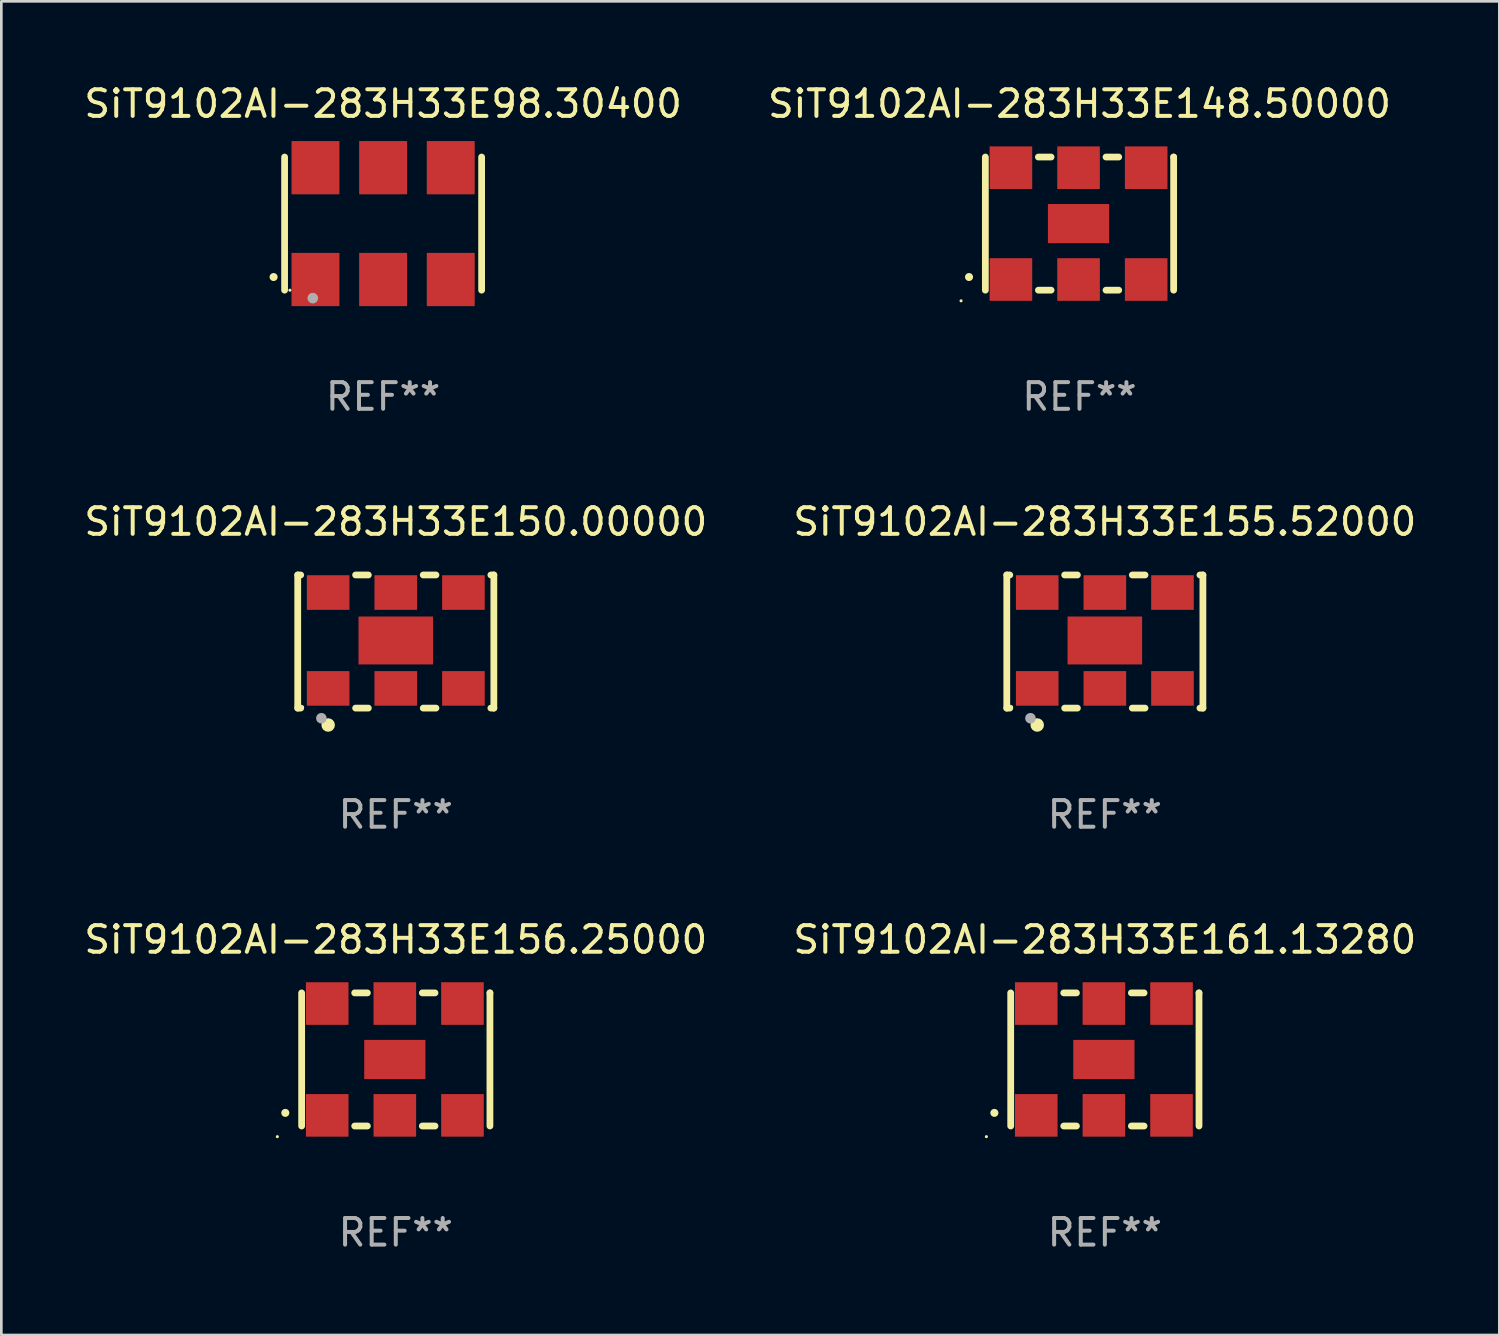
<source format=kicad_pcb>
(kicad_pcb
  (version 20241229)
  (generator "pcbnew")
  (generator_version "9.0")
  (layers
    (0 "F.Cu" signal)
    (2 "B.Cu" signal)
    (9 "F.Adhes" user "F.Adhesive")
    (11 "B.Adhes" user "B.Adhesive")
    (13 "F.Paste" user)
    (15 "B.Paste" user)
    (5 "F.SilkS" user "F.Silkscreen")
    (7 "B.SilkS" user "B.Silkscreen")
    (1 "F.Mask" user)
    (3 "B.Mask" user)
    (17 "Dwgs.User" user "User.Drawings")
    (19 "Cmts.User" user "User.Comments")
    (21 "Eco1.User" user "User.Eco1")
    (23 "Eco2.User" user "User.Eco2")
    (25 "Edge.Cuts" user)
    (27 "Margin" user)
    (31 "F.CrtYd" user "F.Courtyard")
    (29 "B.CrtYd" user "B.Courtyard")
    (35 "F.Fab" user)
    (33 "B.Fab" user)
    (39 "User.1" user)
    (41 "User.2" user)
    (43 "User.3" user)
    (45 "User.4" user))
  (footprint "SiT9102AI-283H33E156.25000"
    (layer "F.Cu")
    (at 11.815 36.741)
    (property "Reference" "SiT9102AI-283H33E156.25000" (at 0 -4.5 0) (layer "F.SilkS") (effects (font (size 1 1) (thickness 0.15))))
    (attr through_hole)
    (fp_line (start -3.536 -2.5) (end -3.536 2.5) (stroke (width 0.254) (type solid)) (layer "F.SilkS"))
    (fp_line (start -1.544 2.5) (end -1.067 2.5) (stroke (width 0.254) (type solid)) (layer "F.SilkS"))
    (fp_line (start -1.067 -2.5) (end -1.544 -2.5) (stroke (width 0.254) (type solid)) (layer "F.SilkS"))
    (fp_line (start 0.996 2.5) (end 1.473 2.5) (stroke (width 0.254) (type solid)) (layer "F.SilkS"))
    (fp_line (start 1.473 -2.5) (end 0.996 -2.5) (stroke (width 0.254) (type solid)) (layer "F.SilkS"))
    (fp_line (start 3.536 -2.5) (end 3.536 -2.5) (stroke (width 0.254) (type solid)) (layer "F.SilkS"))
    (fp_line (start 3.536 2.5) (end 3.536 -2.5) (stroke (width 0.254) (type solid)) (layer "F.SilkS"))
    (fp_arc (start -4.150432 2.006604) (mid -4.149162 2.006599) (end -4.147892 2.006604) (stroke (width 0.3) (type solid)) (layer "F.SilkS"))
    (fp_circle (center -4.449 2.9) (end -4.419 2.9) (stroke (width 0.06) (type solid)) (fill no) (layer "F.SilkS"))
    (fp_text user "REF**" (at 0 6.5 0) (layer "F.Fab") (effects (font (size 1 1) (thickness 0.15))))
    (pad "1" smd rect (at -2.576 2.1) (size 1.6 1.6) (layers "F.Cu" "F.Mask" "F.Paste"))
    (pad "2" smd rect (at -0.036 2.1) (size 1.6 1.6) (layers "F.Cu" "F.Mask" "F.Paste"))
    (pad "3" smd rect (at 2.504 2.1) (size 1.6 1.6) (layers "F.Cu" "F.Mask" "F.Paste"))
    (pad "4" smd rect (at 2.504 -2.1) (size 1.6 1.6) (layers "F.Cu" "F.Mask" "F.Paste"))
    (pad "5" smd rect (at -0.036 -2.1) (size 1.6 1.6) (layers "F.Cu" "F.Mask" "F.Paste"))
    (pad "6" smd rect (at -2.576 -2.1) (size 1.6 1.6) (layers "F.Cu" "F.Mask" "F.Paste"))
    (pad "7" smd rect (at -0.036 0) (size 2.3 1.47) (layers "F.Cu" "F.Mask" "F.Paste")))
  (footprint "SiT9102AI-283H33E150.00000"
    (layer "F.Cu")
    (at 11.815 21.045)
    (property "Reference" "SiT9102AI-283H33E150.00000" (at 0 -4.5 0) (layer "F.SilkS") (effects (font (size 1 1) (thickness 0.15))))
    (attr through_hole)
    (fp_line (start -3.683 -2.5) (end -3.571 -2.5) (stroke (width 0.254) (type solid)) (layer "F.SilkS"))
    (fp_line (start -3.683 2.5) (end -3.683 -2.5) (stroke (width 0.254) (type solid)) (layer "F.SilkS"))
    (fp_line (start -3.683 2.5) (end -3.571 2.5) (stroke (width 0.254) (type solid)) (layer "F.SilkS"))
    (fp_line (start -1.509 -2.5) (end -1.031 -2.5) (stroke (width 0.254) (type solid)) (layer "F.SilkS"))
    (fp_line (start -1.509 2.5) (end -1.031 2.5) (stroke (width 0.254) (type solid)) (layer "F.SilkS"))
    (fp_line (start 1.031 -2.5) (end 1.509 -2.5) (stroke (width 0.254) (type solid)) (layer "F.SilkS"))
    (fp_line (start 1.031 2.5) (end 1.509 2.5) (stroke (width 0.254) (type solid)) (layer "F.SilkS"))
    (fp_line (start 3.571 -2.5) (end 3.683 -2.5) (stroke (width 0.254) (type solid)) (layer "F.SilkS"))
    (fp_line (start 3.571 2.5) (end 3.683 2.5) (stroke (width 0.254) (type solid)) (layer "F.SilkS"))
    (fp_line (start 3.683 2.5) (end 3.683 -2.5) (stroke (width 0.254) (type solid)) (layer "F.SilkS"))
    (fp_circle (center -3.5 2.46) (end -3.47 2.46) (stroke (width 0.06) (type solid)) (fill no) (layer "F.SilkS"))
    (fp_circle (center -2.54 3.135) (end -2.413 3.135) (stroke (width 0.254) (type solid)) (fill no) (layer "F.SilkS"))
    (fp_circle (center -2.794 2.881) (end -2.694 2.881) (stroke (width 0.2) (type solid)) (fill no) (layer "F.Fab"))
    (fp_text user "REF**" (at 0 6.5 0) (layer "F.Fab") (effects (font (size 1 1) (thickness 0.15))))
    (pad "1" smd rect (at -2.54 1.76) (size 1.6 1.3) (layers "F.Cu" "F.Mask" "F.Paste"))
    (pad "2" smd rect (at 0 1.76) (size 1.6 1.3) (layers "F.Cu" "F.Mask" "F.Paste"))
    (pad "3" smd rect (at 2.54 1.76) (size 1.6 1.3) (layers "F.Cu" "F.Mask" "F.Paste"))
    (pad "4" smd rect (at 2.54 -1.84) (size 1.6 1.3) (layers "F.Cu" "F.Mask" "F.Paste"))
    (pad "5" smd rect (at 0 -1.84) (size 1.6 1.3) (layers "F.Cu" "F.Mask" "F.Paste"))
    (pad "6" smd rect (at -2.54 -1.84) (size 1.6 1.3) (layers "F.Cu" "F.Mask" "F.Paste"))
    (pad "7" smd rect (at 0 -0.04) (size 2.8 1.8) (layers "F.Cu" "F.Mask" "F.Paste")))
  (footprint "SiT9102AI-283H33E148.50000"
    (layer "F.Cu")
    (at 37.494 5.348)
    (property "Reference" "SiT9102AI-283H33E148.50000" (at 0 -4.5 0) (layer "F.SilkS") (effects (font (size 1 1) (thickness 0.15))))
    (attr through_hole)
    (fp_line (start -3.536 -2.5) (end -3.536 2.5) (stroke (width 0.254) (type solid)) (layer "F.SilkS"))
    (fp_line (start -1.544 2.5) (end -1.067 2.5) (stroke (width 0.254) (type solid)) (layer "F.SilkS"))
    (fp_line (start -1.067 -2.5) (end -1.544 -2.5) (stroke (width 0.254) (type solid)) (layer "F.SilkS"))
    (fp_line (start 0.996 2.5) (end 1.473 2.5) (stroke (width 0.254) (type solid)) (layer "F.SilkS"))
    (fp_line (start 1.473 -2.5) (end 0.996 -2.5) (stroke (width 0.254) (type solid)) (layer "F.SilkS"))
    (fp_line (start 3.536 -2.5) (end 3.536 -2.5) (stroke (width 0.254) (type solid)) (layer "F.SilkS"))
    (fp_line (start 3.536 2.5) (end 3.536 -2.5) (stroke (width 0.254) (type solid)) (layer "F.SilkS"))
    (fp_arc (start -4.150432 2.006604) (mid -4.149162 2.006599) (end -4.147892 2.006604) (stroke (width 0.3) (type solid)) (layer "F.SilkS"))
    (fp_circle (center -4.449 2.9) (end -4.419 2.9) (stroke (width 0.06) (type solid)) (fill no) (layer "F.SilkS"))
    (fp_text user "REF**" (at 0 6.5 0) (layer "F.Fab") (effects (font (size 1 1) (thickness 0.15))))
    (pad "1" smd rect (at -2.576 2.1) (size 1.6 1.6) (layers "F.Cu" "F.Mask" "F.Paste"))
    (pad "2" smd rect (at -0.036 2.1) (size 1.6 1.6) (layers "F.Cu" "F.Mask" "F.Paste"))
    (pad "3" smd rect (at 2.504 2.1) (size 1.6 1.6) (layers "F.Cu" "F.Mask" "F.Paste"))
    (pad "4" smd rect (at 2.504 -2.1) (size 1.6 1.6) (layers "F.Cu" "F.Mask" "F.Paste"))
    (pad "5" smd rect (at -0.036 -2.1) (size 1.6 1.6) (layers "F.Cu" "F.Mask" "F.Paste"))
    (pad "6" smd rect (at -2.576 -2.1) (size 1.6 1.6) (layers "F.Cu" "F.Mask" "F.Paste"))
    (pad "7" smd rect (at -0.036 0) (size 2.3 1.47) (layers "F.Cu" "F.Mask" "F.Paste")))
  (footprint "SiT9102AI-283H33E98.30400"
    (layer "F.Cu")
    (at 11.339 5.348)
    (property "Reference" "SiT9102AI-283H33E98.30400" (at 0 -4.5 0) (layer "F.SilkS") (effects (font (size 1 1) (thickness 0.15))))
    (attr through_hole)
    (fp_line (start -3.7 -2.5) (end -3.7 2.5) (stroke (width 0.254) (type solid)) (layer "F.SilkS"))
    (fp_line (start 3.7 -2.5) (end 3.7 2.5) (stroke (width 0.254) (type solid)) (layer "F.SilkS"))
    (fp_arc (start -4.114415 2.006604) (mid -4.113145 2.006599) (end -4.111875 2.006604) (stroke (width 0.3) (type solid)) (layer "F.SilkS"))
    (fp_circle (center -3.5 2.501) (end -3.47 2.501) (stroke (width 0.06) (type solid)) (fill no) (layer "F.SilkS"))
    (fp_circle (center -2.641 2.799) (end -2.541 2.799) (stroke (width 0.2) (type solid)) (fill no) (layer "F.Fab"))
    (fp_text user "REF**" (at 0 6.5 0) (layer "F.Fab") (effects (font (size 1 1) (thickness 0.15))))
    (pad "1" smd rect (at -2.54 2.1) (size 1.8 2) (layers "F.Cu" "F.Mask" "F.Paste"))
    (pad "2" smd rect (at 0.000394 2.1) (size 1.8 2) (layers "F.Cu" "F.Mask" "F.Paste"))
    (pad "3" smd rect (at 2.54 2.1) (size 1.8 2) (layers "F.Cu" "F.Mask" "F.Paste"))
    (pad "4" smd rect (at 2.54 -2.1) (size 1.8 2) (layers "F.Cu" "F.Mask" "F.Paste"))
    (pad "5" smd rect (at 0.000394 -2.1) (size 1.8 2) (layers "F.Cu" "F.Mask" "F.Paste"))
    (pad "6" smd rect (at -2.54 -2.1) (size 1.8 2) (layers "F.Cu" "F.Mask" "F.Paste")))
  (footprint "SiT9102AI-283H33E161.13280"
    (layer "F.Cu")
    (at 38.446 36.741)
    (property "Reference" "SiT9102AI-283H33E161.13280" (at 0 -4.5 0) (layer "F.SilkS") (effects (font (size 1 1) (thickness 0.15))))
    (attr through_hole)
    (fp_line (start -3.536 -2.5) (end -3.536 2.5) (stroke (width 0.254) (type solid)) (layer "F.SilkS"))
    (fp_line (start -1.544 2.5) (end -1.067 2.5) (stroke (width 0.254) (type solid)) (layer "F.SilkS"))
    (fp_line (start -1.067 -2.5) (end -1.544 -2.5) (stroke (width 0.254) (type solid)) (layer "F.SilkS"))
    (fp_line (start 0.996 2.5) (end 1.473 2.5) (stroke (width 0.254) (type solid)) (layer "F.SilkS"))
    (fp_line (start 1.473 -2.5) (end 0.996 -2.5) (stroke (width 0.254) (type solid)) (layer "F.SilkS"))
    (fp_line (start 3.536 -2.5) (end 3.536 -2.5) (stroke (width 0.254) (type solid)) (layer "F.SilkS"))
    (fp_line (start 3.536 2.5) (end 3.536 -2.5) (stroke (width 0.254) (type solid)) (layer "F.SilkS"))
    (fp_arc (start -4.150432 2.006604) (mid -4.149162 2.006599) (end -4.147892 2.006604) (stroke (width 0.3) (type solid)) (layer "F.SilkS"))
    (fp_circle (center -4.449 2.9) (end -4.419 2.9) (stroke (width 0.06) (type solid)) (fill no) (layer "F.SilkS"))
    (fp_text user "REF**" (at 0 6.5 0) (layer "F.Fab") (effects (font (size 1 1) (thickness 0.15))))
    (pad "1" smd rect (at -2.576 2.1) (size 1.6 1.6) (layers "F.Cu" "F.Mask" "F.Paste"))
    (pad "2" smd rect (at -0.036 2.1) (size 1.6 1.6) (layers "F.Cu" "F.Mask" "F.Paste"))
    (pad "3" smd rect (at 2.504 2.1) (size 1.6 1.6) (layers "F.Cu" "F.Mask" "F.Paste"))
    (pad "4" smd rect (at 2.504 -2.1) (size 1.6 1.6) (layers "F.Cu" "F.Mask" "F.Paste"))
    (pad "5" smd rect (at -0.036 -2.1) (size 1.6 1.6) (layers "F.Cu" "F.Mask" "F.Paste"))
    (pad "6" smd rect (at -2.576 -2.1) (size 1.6 1.6) (layers "F.Cu" "F.Mask" "F.Paste"))
    (pad "7" smd rect (at -0.036 0) (size 2.3 1.47) (layers "F.Cu" "F.Mask" "F.Paste")))
  (footprint "SiT9102AI-283H33E155.52000"
    (layer "F.Cu")
    (at 38.446 21.045)
    (property "Reference" "SiT9102AI-283H33E155.52000" (at 0 -4.5 0) (layer "F.SilkS") (effects (font (size 1 1) (thickness 0.15))))
    (attr through_hole)
    (fp_line (start -3.683 -2.5) (end -3.571 -2.5) (stroke (width 0.254) (type solid)) (layer "F.SilkS"))
    (fp_line (start -3.683 2.5) (end -3.683 -2.5) (stroke (width 0.254) (type solid)) (layer "F.SilkS"))
    (fp_line (start -3.683 2.5) (end -3.571 2.5) (stroke (width 0.254) (type solid)) (layer "F.SilkS"))
    (fp_line (start -1.509 -2.5) (end -1.031 -2.5) (stroke (width 0.254) (type solid)) (layer "F.SilkS"))
    (fp_line (start -1.509 2.5) (end -1.031 2.5) (stroke (width 0.254) (type solid)) (layer "F.SilkS"))
    (fp_line (start 1.031 -2.5) (end 1.509 -2.5) (stroke (width 0.254) (type solid)) (layer "F.SilkS"))
    (fp_line (start 1.031 2.5) (end 1.509 2.5) (stroke (width 0.254) (type solid)) (layer "F.SilkS"))
    (fp_line (start 3.571 -2.5) (end 3.683 -2.5) (stroke (width 0.254) (type solid)) (layer "F.SilkS"))
    (fp_line (start 3.571 2.5) (end 3.683 2.5) (stroke (width 0.254) (type solid)) (layer "F.SilkS"))
    (fp_line (start 3.683 2.5) (end 3.683 -2.5) (stroke (width 0.254) (type solid)) (layer "F.SilkS"))
    (fp_circle (center -3.5 2.46) (end -3.47 2.46) (stroke (width 0.06) (type solid)) (fill no) (layer "F.SilkS"))
    (fp_circle (center -2.54 3.135) (end -2.413 3.135) (stroke (width 0.254) (type solid)) (fill no) (layer "F.SilkS"))
    (fp_circle (center -2.794 2.881) (end -2.694 2.881) (stroke (width 0.2) (type solid)) (fill no) (layer "F.Fab"))
    (fp_text user "REF**" (at 0 6.5 0) (layer "F.Fab") (effects (font (size 1 1) (thickness 0.15))))
    (pad "1" smd rect (at -2.54 1.76) (size 1.6 1.3) (layers "F.Cu" "F.Mask" "F.Paste"))
    (pad "2" smd rect (at 0 1.76) (size 1.6 1.3) (layers "F.Cu" "F.Mask" "F.Paste"))
    (pad "3" smd rect (at 2.54 1.76) (size 1.6 1.3) (layers "F.Cu" "F.Mask" "F.Paste"))
    (pad "4" smd rect (at 2.54 -1.84) (size 1.6 1.3) (layers "F.Cu" "F.Mask" "F.Paste"))
    (pad "5" smd rect (at 0 -1.84) (size 1.6 1.3) (layers "F.Cu" "F.Mask" "F.Paste"))
    (pad "6" smd rect (at -2.54 -1.84) (size 1.6 1.3) (layers "F.Cu" "F.Mask" "F.Paste"))
    (pad "7" smd rect (at 0 -0.04) (size 2.8 1.8) (layers "F.Cu" "F.Mask" "F.Paste")))
  (gr_rect
    (start -3 -3)
    (end 53.262 47.09)
    (stroke (width 0.1) (type default))
    (fill no)
    (layer "Edge.Cuts")))
</source>
